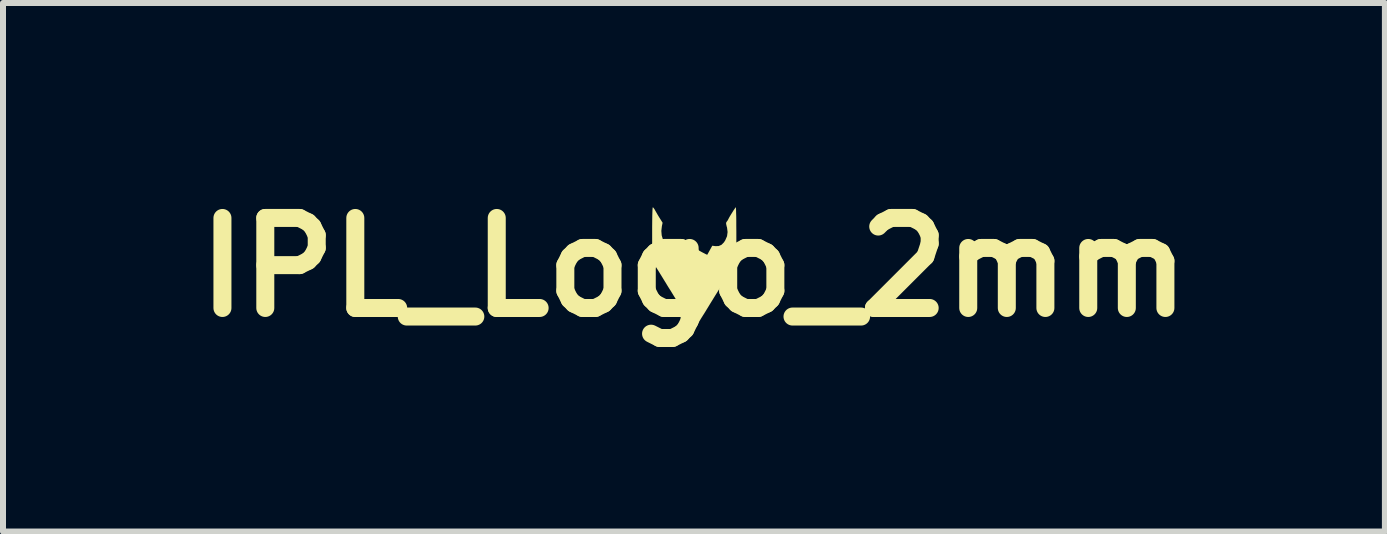
<source format=kicad_pcb>
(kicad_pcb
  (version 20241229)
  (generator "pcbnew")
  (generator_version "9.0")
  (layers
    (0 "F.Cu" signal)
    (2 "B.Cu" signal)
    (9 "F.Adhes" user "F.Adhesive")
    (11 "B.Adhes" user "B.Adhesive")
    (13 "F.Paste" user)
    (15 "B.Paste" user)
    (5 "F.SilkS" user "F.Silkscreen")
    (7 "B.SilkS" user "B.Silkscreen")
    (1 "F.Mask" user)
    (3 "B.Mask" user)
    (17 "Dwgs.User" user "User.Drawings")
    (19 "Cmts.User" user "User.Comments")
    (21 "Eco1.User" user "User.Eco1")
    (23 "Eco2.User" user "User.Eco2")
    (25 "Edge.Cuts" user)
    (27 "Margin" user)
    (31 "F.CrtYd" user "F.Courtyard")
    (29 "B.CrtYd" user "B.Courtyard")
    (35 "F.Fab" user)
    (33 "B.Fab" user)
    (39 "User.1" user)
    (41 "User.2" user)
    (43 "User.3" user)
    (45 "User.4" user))
  (footprint "IPL_Logo_2mm"
    (layer "F.Cu")
    (at 8.514 1.404)
    (property "Reference" "IPL_Logo_2mm" (at 0 0 0) (layer "F.SilkS") (effects (font (size 1.5 1.5) (thickness 0.3))))
    (attr board_only exclude_from_pos_files exclude_from_bom)
    (fp_poly (pts (xy 0.7 -0.99) (xy 0.702 -0.96) (xy 0.703 -0.913) (xy 0.705 -0.85) (xy 0.706 -0.775) (xy 0.706 -0.69) (xy 0.707 -0.596) (xy 0.707 -0.547) (xy 0.707 -0.094) (xy 0.672 -0.039) (xy 0.642 0.009) (xy 0.611 0.058) (xy 0.582 0.106) (xy 0.557 0.146) (xy 0.54 0.173) (xy 0.536 0.18) (xy 0.523 0.202) (xy 0.5 0.238) (xy 0.472 0.283) (xy 0.441 0.333) (xy 0.41 0.383) (xy 0.382 0.428) (xy 0.359 0.464) (xy 0.354 0.473) (xy 0.334 0.505) (xy 0.307 0.549) (xy 0.276 0.599) (xy 0.25 0.642) (xy 0.22 0.691) (xy 0.192 0.737) (xy 0.168 0.776) (xy 0.153 0.799) (xy 0.131 0.834) (xy 0.113 0.863) (xy 0.094 0.895) (xy 0.069 0.936) (xy 0.065 0.943) (xy 0.042 0.978) (xy 0.022 0.997) (xy 0.003 0.999) (xy -0.019 0.984) (xy -0.045 0.951) (xy -0.076 0.902) (xy -0.105 0.854) (xy -0.134 0.806) (xy -0.159 0.766) (xy -0.169 0.75) (xy -0.203 0.693) (xy -0.245 0.624) (xy -0.293 0.546) (xy -0.342 0.466) (xy -0.389 0.389) (xy -0.402 0.369) (xy -0.431 0.323) (xy -0.456 0.282) (xy -0.475 0.25) (xy -0.486 0.233) (xy -0.486 0.233) (xy -0.522 0.174) (xy -0.559 0.114) (xy -0.594 0.057) (xy -0.626 0.007) (xy -0.651 -0.034) (xy -0.669 -0.06) (xy -0.671 -0.064) (xy -0.696 -0.101) (xy -0.696 -0.551) (xy -0.696 -0.671) (xy -0.695 -0.774) (xy -0.694 -0.858) (xy -0.692 -0.924) (xy -0.69 -0.97) (xy -0.687 -0.995) (xy -0.685 -1) (xy -0.675 -0.992) (xy -0.658 -0.969) (xy -0.647 -0.949) (xy -0.627 -0.914) (xy -0.601 -0.869) (xy -0.574 -0.825) (xy -0.57 -0.819) (xy -0.522 -0.742) (xy -0.534 -0.684) (xy -0.543 -0.606) (xy -0.537 -0.532) (xy -0.517 -0.465) (xy -0.484 -0.41) (xy -0.444 -0.373) (xy -0.414 -0.356) (xy -0.387 -0.35) (xy -0.351 -0.352) (xy -0.349 -0.352) (xy -0.317 -0.356) (xy -0.298 -0.352) (xy -0.284 -0.339) (xy -0.271 -0.318) (xy -0.251 -0.284) (xy -0.233 -0.251) (xy -0.23 -0.245) (xy -0.218 -0.222) (xy -0.212 -0.209) (xy -0.211 -0.209) (xy -0.202 -0.212) (xy -0.178 -0.223) (xy -0.146 -0.24) (xy -0.109 -0.259) (xy -0.075 -0.278) (xy -0.046 -0.294) (xy -0.029 -0.305) (xy -0.028 -0.306) (xy -0.004 -0.315) (xy 0.027 -0.311) (xy 0.049 -0.301) (xy 0.071 -0.287) (xy 0.101 -0.27) (xy 0.137 -0.25) (xy 0.172 -0.232) (xy 0.201 -0.217) (xy 0.219 -0.209) (xy 0.222 -0.209) (xy 0.228 -0.219) (xy 0.242 -0.244) (xy 0.261 -0.278) (xy 0.265 -0.286) (xy 0.306 -0.359) (xy 0.359 -0.352) (xy 0.413 -0.354) (xy 0.459 -0.374) (xy 0.5 -0.415) (xy 0.522 -0.449) (xy 0.552 -0.518) (xy 0.561 -0.587) (xy 0.552 -0.662) (xy 0.548 -0.673) (xy 0.539 -0.711) (xy 0.536 -0.734) (xy 0.539 -0.748) (xy 0.546 -0.759) (xy 0.561 -0.779) (xy 0.567 -0.789) (xy 0.576 -0.807) (xy 0.592 -0.837) (xy 0.614 -0.874) (xy 0.638 -0.912) (xy 0.661 -0.949) (xy 0.681 -0.978) (xy 0.694 -0.997) (xy 0.698 -1)) (stroke (width 0) (type solid)) (fill yes) (layer "F.SilkS")))
  (gr_rect
    (start -3 -3)
    (end 20.029 5.808)
    (stroke (width 0.1) (type default))
    (fill no)
    (layer "Edge.Cuts")))
</source>
